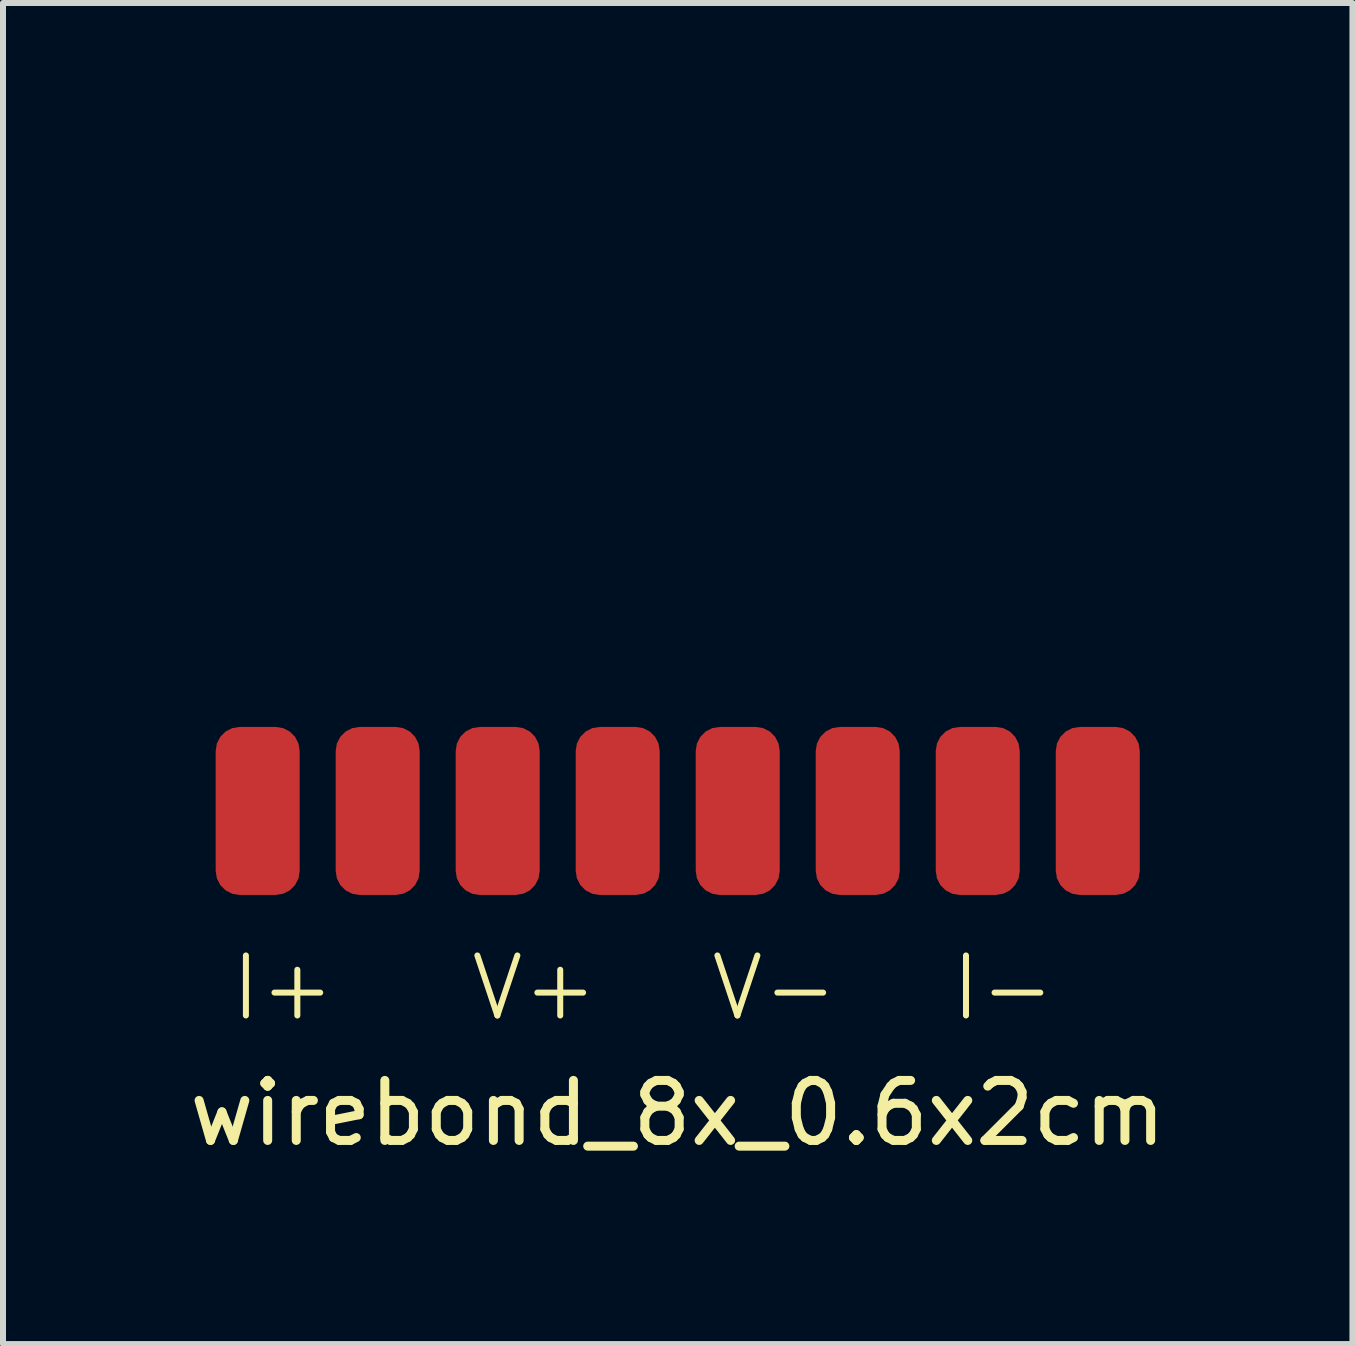
<source format=kicad_pcb>
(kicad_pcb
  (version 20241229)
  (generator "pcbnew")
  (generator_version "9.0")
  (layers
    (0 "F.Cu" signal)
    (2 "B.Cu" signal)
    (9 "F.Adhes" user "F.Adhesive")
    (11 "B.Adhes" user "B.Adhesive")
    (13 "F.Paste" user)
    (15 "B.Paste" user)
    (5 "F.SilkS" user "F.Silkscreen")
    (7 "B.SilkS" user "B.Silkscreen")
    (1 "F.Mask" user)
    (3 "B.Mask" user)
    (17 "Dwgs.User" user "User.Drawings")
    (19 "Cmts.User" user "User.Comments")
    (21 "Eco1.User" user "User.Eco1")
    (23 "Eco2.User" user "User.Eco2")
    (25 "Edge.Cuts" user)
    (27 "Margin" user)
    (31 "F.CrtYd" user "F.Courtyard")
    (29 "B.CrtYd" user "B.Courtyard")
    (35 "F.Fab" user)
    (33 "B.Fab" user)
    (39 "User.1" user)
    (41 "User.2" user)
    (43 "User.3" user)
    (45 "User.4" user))
  (footprint "wirebond_8x_0.6x2cm"
    (layer "F.Cu")
    (at 8.244 0.25)
    (property "Reference" "wirebond_8x_0.6x2cm" (at 0 15.25 0) (layer "F.SilkS") (effects (font (size 1 1) (thickness 0.15))))
    (attr through_hole)
    (fp_text user "V+" (at -3.5 13.75 0) (unlocked yes) (layer "F.SilkS") (effects (font (size 1 1) (thickness 0.1)) (justify left bottom)))
    (fp_text user "I+" (at -7.5 13.75 0) (unlocked yes) (layer "F.SilkS") (effects (font (size 1 1) (thickness 0.1)) (justify left bottom)))
    (fp_text user "V-" (at 0.5 13.75 0) (unlocked yes) (layer "F.SilkS") (effects (font (size 1 1) (thickness 0.1)) (justify left bottom)))
    (fp_text user "I-" (at 4.5 13.75 0) (unlocked yes) (layer "F.SilkS") (effects (font (size 1 1) (thickness 0.1)) (justify left bottom)))
    (pad "1" smd roundrect (at -7 10.214) (size 1.4 2.8) (layers "F.Cu" "F.Mask" "F.Paste") (roundrect_rratio 0.286))
    (pad "2" smd roundrect (at -5 10.214) (size 1.4 2.8) (layers "F.Cu" "F.Mask" "F.Paste") (roundrect_rratio 0.286))
    (pad "3" smd roundrect (at -3 10.214) (size 1.4 2.8) (layers "F.Cu" "F.Mask" "F.Paste") (roundrect_rratio 0.286))
    (pad "4" smd roundrect (at -1 10.214) (size 1.4 2.8) (layers "F.Cu" "F.Mask" "F.Paste") (roundrect_rratio 0.286))
    (pad "5" smd roundrect (at 1 10.214) (size 1.4 2.8) (layers "F.Cu" "F.Mask" "F.Paste") (roundrect_rratio 0.286))
    (pad "6" smd roundrect (at 3 10.214) (size 1.4 2.8) (layers "F.Cu" "F.Mask" "F.Paste") (roundrect_rratio 0.286))
    (pad "7" smd roundrect (at 5 10.214) (size 1.4 2.8) (layers "F.Cu" "F.Mask" "F.Paste") (roundrect_rratio 0.286))
    (pad "8" smd roundrect (at 7 10.214) (size 1.4 2.8) (layers "F.Cu" "F.Mask" "F.Paste") (roundrect_rratio 0.286)))
  (gr_rect
    (start -3 -3)
    (end 19.488 19.348)
    (stroke (width 0.1) (type default))
    (fill no)
    (layer "Edge.Cuts")))
</source>
